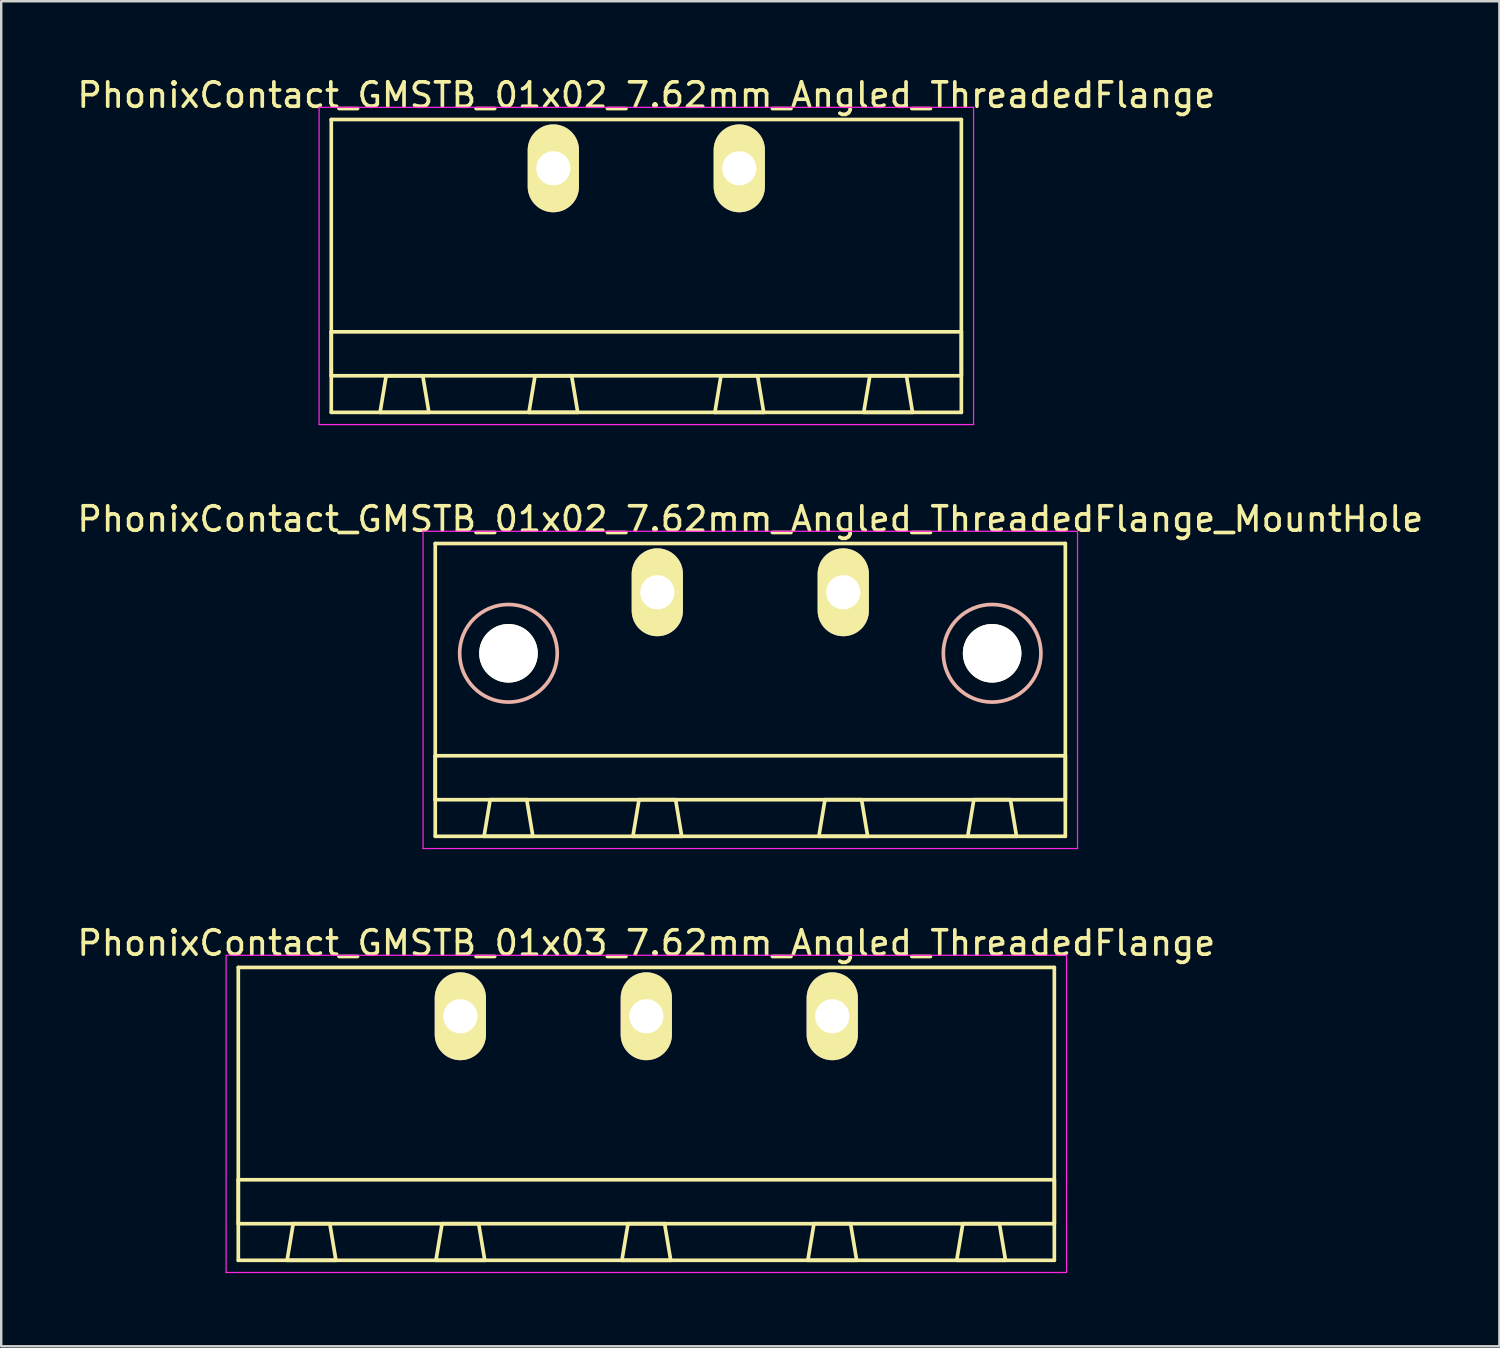
<source format=kicad_pcb>
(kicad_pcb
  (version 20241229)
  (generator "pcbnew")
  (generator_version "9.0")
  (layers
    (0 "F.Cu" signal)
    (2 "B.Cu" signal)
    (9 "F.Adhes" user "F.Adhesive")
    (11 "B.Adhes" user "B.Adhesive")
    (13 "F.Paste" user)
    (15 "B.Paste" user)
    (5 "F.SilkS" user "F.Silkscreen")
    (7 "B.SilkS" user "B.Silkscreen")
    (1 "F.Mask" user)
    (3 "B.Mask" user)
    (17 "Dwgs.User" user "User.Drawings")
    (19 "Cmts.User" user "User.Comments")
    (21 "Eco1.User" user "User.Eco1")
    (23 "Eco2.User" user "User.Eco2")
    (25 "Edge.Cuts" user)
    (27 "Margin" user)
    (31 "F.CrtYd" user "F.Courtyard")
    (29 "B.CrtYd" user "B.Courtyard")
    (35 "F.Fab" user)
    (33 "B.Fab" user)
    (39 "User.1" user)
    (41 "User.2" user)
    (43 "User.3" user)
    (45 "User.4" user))
  (footprint "PhonixContact_GMSTB_01x02_7.62mm_Angled_ThreadedFlange"
    (layer "F.Cu")
    (at 19.625 3.848)
    (property "Reference" "PhonixContact_GMSTB_01x02_7.62mm_Angled_ThreadedFlange" (at 3.81 -3 0) (layer "F.SilkS") (effects (font (size 1 1) (thickness 0.15))))
    (attr through_hole)
    (fp_line (start -9.1 -2) (end -9.1 10) (stroke (width 0.15) (type solid)) (layer "F.SilkS"))
    (fp_line (start -9.1 6.7) (end 16.72 6.7) (stroke (width 0.15) (type solid)) (layer "F.SilkS"))
    (fp_line (start -9.1 8.5) (end -9.1 6.7) (stroke (width 0.15) (type solid)) (layer "F.SilkS"))
    (fp_line (start -9.1 10) (end 16.72 10) (stroke (width 0.15) (type solid)) (layer "F.SilkS"))
    (fp_line (start -7.1 10) (end -5.1 10) (stroke (width 0.15) (type solid)) (layer "F.SilkS"))
    (fp_line (start -6.85 8.5) (end -7.1 10) (stroke (width 0.15) (type solid)) (layer "F.SilkS"))
    (fp_line (start -5.35 8.5) (end -6.85 8.5) (stroke (width 0.15) (type solid)) (layer "F.SilkS"))
    (fp_line (start -5.1 10) (end -5.35 8.5) (stroke (width 0.15) (type solid)) (layer "F.SilkS"))
    (fp_line (start -1 10) (end 1 10) (stroke (width 0.15) (type solid)) (layer "F.SilkS"))
    (fp_line (start -0.75 8.5) (end -1 10) (stroke (width 0.15) (type solid)) (layer "F.SilkS"))
    (fp_line (start 0.75 8.5) (end -0.75 8.5) (stroke (width 0.15) (type solid)) (layer "F.SilkS"))
    (fp_line (start 1 10) (end 0.75 8.5) (stroke (width 0.15) (type solid)) (layer "F.SilkS"))
    (fp_line (start 6.62 10) (end 8.62 10) (stroke (width 0.15) (type solid)) (layer "F.SilkS"))
    (fp_line (start 6.87 8.5) (end 6.62 10) (stroke (width 0.15) (type solid)) (layer "F.SilkS"))
    (fp_line (start 8.37 8.5) (end 6.87 8.5) (stroke (width 0.15) (type solid)) (layer "F.SilkS"))
    (fp_line (start 8.62 10) (end 8.37 8.5) (stroke (width 0.15) (type solid)) (layer "F.SilkS"))
    (fp_line (start 12.72 10) (end 14.72 10) (stroke (width 0.15) (type solid)) (layer "F.SilkS"))
    (fp_line (start 12.97 8.5) (end 12.72 10) (stroke (width 0.15) (type solid)) (layer "F.SilkS"))
    (fp_line (start 14.47 8.5) (end 12.97 8.5) (stroke (width 0.15) (type solid)) (layer "F.SilkS"))
    (fp_line (start 14.72 10) (end 14.47 8.5) (stroke (width 0.15) (type solid)) (layer "F.SilkS"))
    (fp_line (start 16.72 -2) (end -9.1 -2) (stroke (width 0.15) (type solid)) (layer "F.SilkS"))
    (fp_line (start 16.72 6.7) (end 16.72 8.5) (stroke (width 0.15) (type solid)) (layer "F.SilkS"))
    (fp_line (start 16.72 8.5) (end -9.1 8.5) (stroke (width 0.15) (type solid)) (layer "F.SilkS"))
    (fp_line (start 16.72 10) (end 16.72 -2) (stroke (width 0.15) (type solid)) (layer "F.SilkS"))
    (fp_line (start -9.6 -2.5) (end -9.6 10.5) (stroke (width 0.05) (type solid)) (layer "F.CrtYd"))
    (fp_line (start -9.6 10.5) (end 17.22 10.5) (stroke (width 0.05) (type solid)) (layer "F.CrtYd"))
    (fp_line (start 17.22 -2.5) (end -9.6 -2.5) (stroke (width 0.05) (type solid)) (layer "F.CrtYd"))
    (fp_line (start 17.22 10.5) (end 17.22 -2.5) (stroke (width 0.05) (type solid)) (layer "F.CrtYd"))
    (pad "1" thru_hole oval (at 0 0) (size 2.1 3.6) (drill 1.4) (layers "*.Cu" "*.Mask" "F.SilkS"))
    (pad "2" thru_hole oval (at 7.62 0) (size 2.1 3.6) (drill 1.4) (layers "*.Cu" "*.Mask" "F.SilkS")))
  (footprint "PhonixContact_GMSTB_01x02_7.62mm_Angled_ThreadedFlange_MountHole"
    (layer "F.Cu")
    (at 23.886 21.221)
    (property "Reference" "PhonixContact_GMSTB_01x02_7.62mm_Angled_ThreadedFlange_MountHole" (at 3.81 -3 0) (layer "F.SilkS") (effects (font (size 1 1) (thickness 0.15))))
    (attr through_hole)
    (fp_line (start -9.1 -2) (end -9.1 10) (stroke (width 0.15) (type solid)) (layer "F.SilkS"))
    (fp_line (start -9.1 6.7) (end 16.72 6.7) (stroke (width 0.15) (type solid)) (layer "F.SilkS"))
    (fp_line (start -9.1 8.5) (end -9.1 6.7) (stroke (width 0.15) (type solid)) (layer "F.SilkS"))
    (fp_line (start -9.1 10) (end 16.72 10) (stroke (width 0.15) (type solid)) (layer "F.SilkS"))
    (fp_line (start -7.1 10) (end -5.1 10) (stroke (width 0.15) (type solid)) (layer "F.SilkS"))
    (fp_line (start -6.85 8.5) (end -7.1 10) (stroke (width 0.15) (type solid)) (layer "F.SilkS"))
    (fp_line (start -5.35 8.5) (end -6.85 8.5) (stroke (width 0.15) (type solid)) (layer "F.SilkS"))
    (fp_line (start -5.1 10) (end -5.35 8.5) (stroke (width 0.15) (type solid)) (layer "F.SilkS"))
    (fp_line (start -1 10) (end 1 10) (stroke (width 0.15) (type solid)) (layer "F.SilkS"))
    (fp_line (start -0.75 8.5) (end -1 10) (stroke (width 0.15) (type solid)) (layer "F.SilkS"))
    (fp_line (start 0.75 8.5) (end -0.75 8.5) (stroke (width 0.15) (type solid)) (layer "F.SilkS"))
    (fp_line (start 1 10) (end 0.75 8.5) (stroke (width 0.15) (type solid)) (layer "F.SilkS"))
    (fp_line (start 6.62 10) (end 8.62 10) (stroke (width 0.15) (type solid)) (layer "F.SilkS"))
    (fp_line (start 6.87 8.5) (end 6.62 10) (stroke (width 0.15) (type solid)) (layer "F.SilkS"))
    (fp_line (start 8.37 8.5) (end 6.87 8.5) (stroke (width 0.15) (type solid)) (layer "F.SilkS"))
    (fp_line (start 8.62 10) (end 8.37 8.5) (stroke (width 0.15) (type solid)) (layer "F.SilkS"))
    (fp_line (start 12.72 10) (end 14.72 10) (stroke (width 0.15) (type solid)) (layer "F.SilkS"))
    (fp_line (start 12.97 8.5) (end 12.72 10) (stroke (width 0.15) (type solid)) (layer "F.SilkS"))
    (fp_line (start 14.47 8.5) (end 12.97 8.5) (stroke (width 0.15) (type solid)) (layer "F.SilkS"))
    (fp_line (start 14.72 10) (end 14.47 8.5) (stroke (width 0.15) (type solid)) (layer "F.SilkS"))
    (fp_line (start 16.72 -2) (end -9.1 -2) (stroke (width 0.15) (type solid)) (layer "F.SilkS"))
    (fp_line (start 16.72 6.7) (end 16.72 8.5) (stroke (width 0.15) (type solid)) (layer "F.SilkS"))
    (fp_line (start 16.72 8.5) (end -9.1 8.5) (stroke (width 0.15) (type solid)) (layer "F.SilkS"))
    (fp_line (start 16.72 10) (end 16.72 -2) (stroke (width 0.15) (type solid)) (layer "F.SilkS"))
    (fp_circle (center -6.1 2.5) (end -4.1 2.5) (stroke (width 0.15) (type solid)) (fill no) (layer "B.SilkS"))
    (fp_circle (center 13.72 2.5) (end 15.72 2.5) (stroke (width 0.15) (type solid)) (fill no) (layer "B.SilkS"))
    (fp_line (start -9.6 -2.5) (end -9.6 10.5) (stroke (width 0.05) (type solid)) (layer "F.CrtYd"))
    (fp_line (start -9.6 10.5) (end 17.22 10.5) (stroke (width 0.05) (type solid)) (layer "F.CrtYd"))
    (fp_line (start 17.22 -2.5) (end -9.6 -2.5) (stroke (width 0.05) (type solid)) (layer "F.CrtYd"))
    (fp_line (start 17.22 10.5) (end 17.22 -2.5) (stroke (width 0.05) (type solid)) (layer "F.CrtYd"))
    (pad "" np_thru_hole circle (at -6.1 2.5) (size 2.4 2.4) (drill 2.4) (layers "*.Cu" "*.Mask" "F.SilkS"))
    (pad "" np_thru_hole circle (at 13.72 2.5) (size 2.4 2.4) (drill 2.4) (layers "*.Cu" "*.Mask" "F.SilkS"))
    (pad "1" thru_hole oval (at 0 0) (size 2.1 3.6) (drill 1.4) (layers "*.Cu" "*.Mask" "F.SilkS"))
    (pad "2" thru_hole oval (at 7.62 0) (size 2.1 3.6) (drill 1.4) (layers "*.Cu" "*.Mask" "F.SilkS")))
  (footprint "PhonixContact_GMSTB_01x03_7.62mm_Angled_ThreadedFlange"
    (layer "F.Cu")
    (at 15.815 38.595)
    (property "Reference" "PhonixContact_GMSTB_01x03_7.62mm_Angled_ThreadedFlange" (at 7.62 -3 0) (layer "F.SilkS") (effects (font (size 1 1) (thickness 0.15))))
    (attr through_hole)
    (fp_line (start -9.1 -2) (end -9.1 10) (stroke (width 0.15) (type solid)) (layer "F.SilkS"))
    (fp_line (start -9.1 6.7) (end 24.34 6.7) (stroke (width 0.15) (type solid)) (layer "F.SilkS"))
    (fp_line (start -9.1 8.5) (end -9.1 6.7) (stroke (width 0.15) (type solid)) (layer "F.SilkS"))
    (fp_line (start -9.1 10) (end 24.34 10) (stroke (width 0.15) (type solid)) (layer "F.SilkS"))
    (fp_line (start -7.1 10) (end -5.1 10) (stroke (width 0.15) (type solid)) (layer "F.SilkS"))
    (fp_line (start -6.85 8.5) (end -7.1 10) (stroke (width 0.15) (type solid)) (layer "F.SilkS"))
    (fp_line (start -5.35 8.5) (end -6.85 8.5) (stroke (width 0.15) (type solid)) (layer "F.SilkS"))
    (fp_line (start -5.1 10) (end -5.35 8.5) (stroke (width 0.15) (type solid)) (layer "F.SilkS"))
    (fp_line (start -1 10) (end 1 10) (stroke (width 0.15) (type solid)) (layer "F.SilkS"))
    (fp_line (start -0.75 8.5) (end -1 10) (stroke (width 0.15) (type solid)) (layer "F.SilkS"))
    (fp_line (start 0.75 8.5) (end -0.75 8.5) (stroke (width 0.15) (type solid)) (layer "F.SilkS"))
    (fp_line (start 1 10) (end 0.75 8.5) (stroke (width 0.15) (type solid)) (layer "F.SilkS"))
    (fp_line (start 6.62 10) (end 8.62 10) (stroke (width 0.15) (type solid)) (layer "F.SilkS"))
    (fp_line (start 6.87 8.5) (end 6.62 10) (stroke (width 0.15) (type solid)) (layer "F.SilkS"))
    (fp_line (start 8.37 8.5) (end 6.87 8.5) (stroke (width 0.15) (type solid)) (layer "F.SilkS"))
    (fp_line (start 8.62 10) (end 8.37 8.5) (stroke (width 0.15) (type solid)) (layer "F.SilkS"))
    (fp_line (start 14.24 10) (end 16.24 10) (stroke (width 0.15) (type solid)) (layer "F.SilkS"))
    (fp_line (start 14.49 8.5) (end 14.24 10) (stroke (width 0.15) (type solid)) (layer "F.SilkS"))
    (fp_line (start 15.99 8.5) (end 14.49 8.5) (stroke (width 0.15) (type solid)) (layer "F.SilkS"))
    (fp_line (start 16.24 10) (end 15.99 8.5) (stroke (width 0.15) (type solid)) (layer "F.SilkS"))
    (fp_line (start 20.34 10) (end 22.34 10) (stroke (width 0.15) (type solid)) (layer "F.SilkS"))
    (fp_line (start 20.59 8.5) (end 20.34 10) (stroke (width 0.15) (type solid)) (layer "F.SilkS"))
    (fp_line (start 22.09 8.5) (end 20.59 8.5) (stroke (width 0.15) (type solid)) (layer "F.SilkS"))
    (fp_line (start 22.34 10) (end 22.09 8.5) (stroke (width 0.15) (type solid)) (layer "F.SilkS"))
    (fp_line (start 24.34 -2) (end -9.1 -2) (stroke (width 0.15) (type solid)) (layer "F.SilkS"))
    (fp_line (start 24.34 6.7) (end 24.34 8.5) (stroke (width 0.15) (type solid)) (layer "F.SilkS"))
    (fp_line (start 24.34 8.5) (end -9.1 8.5) (stroke (width 0.15) (type solid)) (layer "F.SilkS"))
    (fp_line (start 24.34 10) (end 24.34 -2) (stroke (width 0.15) (type solid)) (layer "F.SilkS"))
    (fp_line (start -9.6 -2.5) (end -9.6 10.5) (stroke (width 0.05) (type solid)) (layer "F.CrtYd"))
    (fp_line (start -9.6 10.5) (end 24.84 10.5) (stroke (width 0.05) (type solid)) (layer "F.CrtYd"))
    (fp_line (start 24.84 -2.5) (end -9.6 -2.5) (stroke (width 0.05) (type solid)) (layer "F.CrtYd"))
    (fp_line (start 24.84 10.5) (end 24.84 -2.5) (stroke (width 0.05) (type solid)) (layer "F.CrtYd"))
    (pad "1" thru_hole oval (at 0 0) (size 2.1 3.6) (drill 1.4) (layers "*.Cu" "*.Mask" "F.SilkS"))
    (pad "2" thru_hole oval (at 7.62 0) (size 2.1 3.6) (drill 1.4) (layers "*.Cu" "*.Mask" "F.SilkS"))
    (pad "3" thru_hole oval (at 15.24 0) (size 2.1 3.6) (drill 1.4) (layers "*.Cu" "*.Mask" "F.SilkS")))
  (gr_rect
    (start -3 -3)
    (end 58.393 52.12)
    (stroke (width 0.1) (type default))
    (fill no)
    (layer "Edge.Cuts")))
</source>
